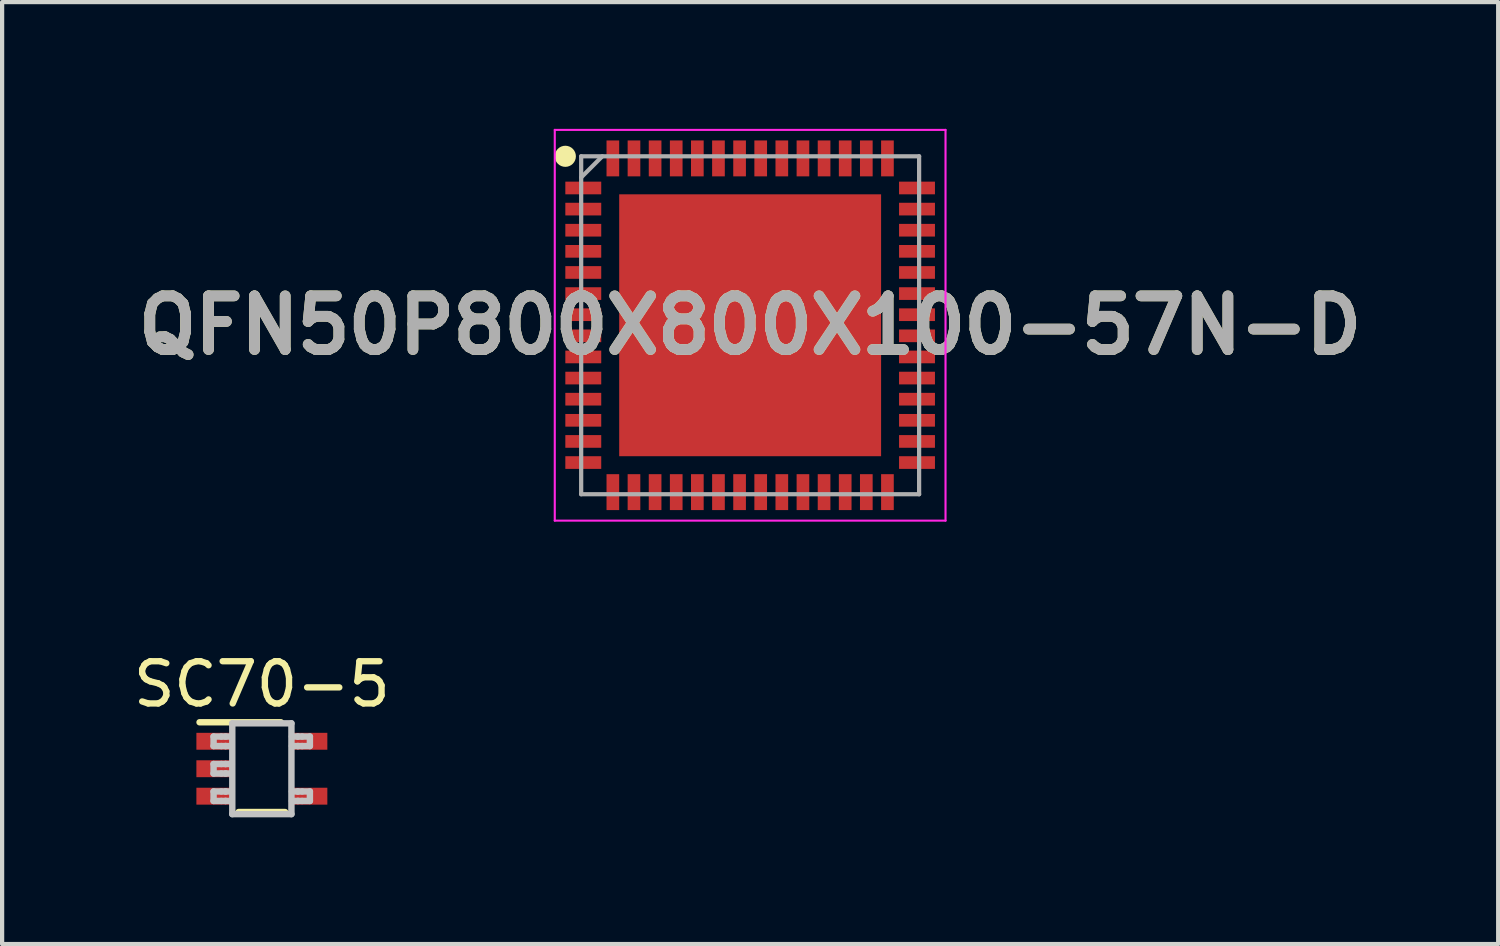
<source format=kicad_pcb>
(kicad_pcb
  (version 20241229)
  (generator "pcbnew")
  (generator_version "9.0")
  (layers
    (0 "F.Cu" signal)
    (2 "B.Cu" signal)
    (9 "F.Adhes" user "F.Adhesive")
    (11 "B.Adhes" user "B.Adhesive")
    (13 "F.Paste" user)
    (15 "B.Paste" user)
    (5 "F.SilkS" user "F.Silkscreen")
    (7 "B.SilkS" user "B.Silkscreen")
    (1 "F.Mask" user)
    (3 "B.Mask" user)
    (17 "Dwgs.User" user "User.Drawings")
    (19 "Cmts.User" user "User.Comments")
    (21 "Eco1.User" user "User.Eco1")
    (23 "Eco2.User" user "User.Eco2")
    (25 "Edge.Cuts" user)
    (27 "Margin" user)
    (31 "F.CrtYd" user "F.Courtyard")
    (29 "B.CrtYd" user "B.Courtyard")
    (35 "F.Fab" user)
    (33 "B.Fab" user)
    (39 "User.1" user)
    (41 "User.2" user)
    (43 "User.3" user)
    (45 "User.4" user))
  (footprint "SC70-5"
    (layer "F.Cu")
    (at 3.149 15.148)
    (property "Reference" "SC70-5" (at 0 -2 0) (layer "F.SilkS") (effects (font (size 1 1) (thickness 0.15))))
    (attr through_hole)
    (fp_line (start -1.475 -1.1) (end 0.45 -1.1) (stroke (width 0.152) (type solid)) (layer "F.SilkS"))
    (fp_line (start -0.55 1.025) (end 0.55 1.025) (stroke (width 0.152) (type solid)) (layer "F.SilkS"))
    (fp_line (start -1.143 -0.762) (end -0.959 -0.762) (stroke (width 0.152) (type solid)) (layer "Dwgs.User"))
    (fp_line (start -1.143 -0.537) (end -1.143 -0.762) (stroke (width 0.152) (type solid)) (layer "Dwgs.User"))
    (fp_line (start -1.143 -0.537) (end -0.959 -0.537) (stroke (width 0.152) (type solid)) (layer "Dwgs.User"))
    (fp_line (start -1.143 -0.112) (end -0.959 -0.112) (stroke (width 0.152) (type solid)) (layer "Dwgs.User"))
    (fp_line (start -1.143 0.113) (end -1.143 -0.112) (stroke (width 0.152) (type solid)) (layer "Dwgs.User"))
    (fp_line (start -1.143 0.113) (end -0.959 0.113) (stroke (width 0.152) (type solid)) (layer "Dwgs.User"))
    (fp_line (start -1.143 0.538) (end -0.959 0.538) (stroke (width 0.152) (type solid)) (layer "Dwgs.User"))
    (fp_line (start -1.143 0.763) (end -1.143 0.538) (stroke (width 0.152) (type solid)) (layer "Dwgs.User"))
    (fp_line (start -1.143 0.763) (end -0.959 0.763) (stroke (width 0.152) (type solid)) (layer "Dwgs.User"))
    (fp_line (start -0.959 -0.762) (end -0.711 -0.762) (stroke (width 0.152) (type solid)) (layer "Dwgs.User"))
    (fp_line (start -0.959 -0.537) (end -0.865 -0.537) (stroke (width 0.152) (type solid)) (layer "Dwgs.User"))
    (fp_line (start -0.959 -0.112) (end -0.865 -0.112) (stroke (width 0.152) (type solid)) (layer "Dwgs.User"))
    (fp_line (start -0.959 0.113) (end -0.865 0.113) (stroke (width 0.152) (type solid)) (layer "Dwgs.User"))
    (fp_line (start -0.959 0.538) (end -0.865 0.538) (stroke (width 0.152) (type solid)) (layer "Dwgs.User"))
    (fp_line (start -0.959 0.763) (end -0.865 0.763) (stroke (width 0.152) (type solid)) (layer "Dwgs.User"))
    (fp_line (start -0.865 -0.762) (end -0.853 -0.762) (stroke (width 0.152) (type solid)) (layer "Dwgs.User"))
    (fp_line (start -0.865 -0.537) (end -0.853 -0.537) (stroke (width 0.152) (type solid)) (layer "Dwgs.User"))
    (fp_line (start -0.865 -0.112) (end -0.853 -0.112) (stroke (width 0.152) (type solid)) (layer "Dwgs.User"))
    (fp_line (start -0.865 0.113) (end -0.853 0.113) (stroke (width 0.152) (type solid)) (layer "Dwgs.User"))
    (fp_line (start -0.865 0.538) (end -0.853 0.538) (stroke (width 0.152) (type solid)) (layer "Dwgs.User"))
    (fp_line (start -0.865 0.763) (end -0.853 0.763) (stroke (width 0.152) (type solid)) (layer "Dwgs.User"))
    (fp_line (start -0.853 -0.537) (end -0.711 -0.537) (stroke (width 0.152) (type solid)) (layer "Dwgs.User"))
    (fp_line (start -0.853 -0.112) (end -0.711 -0.112) (stroke (width 0.152) (type solid)) (layer "Dwgs.User"))
    (fp_line (start -0.853 0.113) (end -0.711 0.113) (stroke (width 0.152) (type solid)) (layer "Dwgs.User"))
    (fp_line (start -0.853 0.538) (end -0.711 0.538) (stroke (width 0.152) (type solid)) (layer "Dwgs.User"))
    (fp_line (start -0.853 0.763) (end -0.711 0.763) (stroke (width 0.152) (type solid)) (layer "Dwgs.User"))
    (fp_line (start -0.7 -1.075) (end 0.7 -1.075) (stroke (width 0.152) (type solid)) (layer "Dwgs.User"))
    (fp_line (start -0.7 1.075) (end -0.7 -1.075) (stroke (width 0.152) (type solid)) (layer "Dwgs.User"))
    (fp_line (start -0.7 1.075) (end 0.7 1.075) (stroke (width 0.152) (type solid)) (layer "Dwgs.User"))
    (fp_line (start 0.7 1.075) (end 0.7 -1.075) (stroke (width 0.152) (type solid)) (layer "Dwgs.User"))
    (fp_line (start 0.711 -0.762) (end 0.847 -0.762) (stroke (width 0.152) (type solid)) (layer "Dwgs.User"))
    (fp_line (start 0.711 -0.537) (end 0.847 -0.537) (stroke (width 0.152) (type solid)) (layer "Dwgs.User"))
    (fp_line (start 0.711 0.538) (end 0.847 0.538) (stroke (width 0.152) (type solid)) (layer "Dwgs.User"))
    (fp_line (start 0.711 0.763) (end 0.847 0.763) (stroke (width 0.152) (type solid)) (layer "Dwgs.User"))
    (fp_line (start 0.847 -0.762) (end 0.859 -0.762) (stroke (width 0.152) (type solid)) (layer "Dwgs.User"))
    (fp_line (start 0.847 -0.537) (end 0.859 -0.537) (stroke (width 0.152) (type solid)) (layer "Dwgs.User"))
    (fp_line (start 0.847 0.538) (end 0.859 0.538) (stroke (width 0.152) (type solid)) (layer "Dwgs.User"))
    (fp_line (start 0.847 0.763) (end 0.859 0.763) (stroke (width 0.152) (type solid)) (layer "Dwgs.User"))
    (fp_line (start 0.859 -0.762) (end 0.953 -0.762) (stroke (width 0.152) (type solid)) (layer "Dwgs.User"))
    (fp_line (start 0.859 -0.537) (end 0.953 -0.537) (stroke (width 0.152) (type solid)) (layer "Dwgs.User"))
    (fp_line (start 0.859 0.538) (end 0.953 0.538) (stroke (width 0.152) (type solid)) (layer "Dwgs.User"))
    (fp_line (start 0.859 0.763) (end 0.953 0.763) (stroke (width 0.152) (type solid)) (layer "Dwgs.User"))
    (fp_line (start 0.953 -0.762) (end 1.137 -0.762) (stroke (width 0.152) (type solid)) (layer "Dwgs.User"))
    (fp_line (start 0.953 -0.537) (end 1.137 -0.537) (stroke (width 0.152) (type solid)) (layer "Dwgs.User"))
    (fp_line (start 0.953 0.538) (end 1.137 0.538) (stroke (width 0.152) (type solid)) (layer "Dwgs.User"))
    (fp_line (start 0.953 0.763) (end 1.137 0.763) (stroke (width 0.152) (type solid)) (layer "Dwgs.User"))
    (fp_line (start 1.137 -0.537) (end 1.137 -0.762) (stroke (width 0.152) (type solid)) (layer "Dwgs.User"))
    (fp_line (start 1.137 0.763) (end 1.137 0.538) (stroke (width 0.152) (type solid)) (layer "Dwgs.User"))
    (pad "" smd rect (at -1.125 -0.65 90) (size 0.4 0.85) (layers "F.Paste"))
    (pad "" smd rect (at -1.125 -0.65 90) (size 0.502 0.952) (layers "F.Mask"))
    (pad "" smd rect (at -1.125 0 90) (size 0.4 0.85) (layers "F.Paste"))
    (pad "" smd rect (at -1.125 0 90) (size 0.502 0.952) (layers "F.Mask"))
    (pad "" smd rect (at -1.125 0.65 90) (size 0.4 0.85) (layers "F.Paste"))
    (pad "" smd rect (at -1.125 0.65 90) (size 0.502 0.952) (layers "F.Mask"))
    (pad "" smd rect (at 1.125 -0.65 90) (size 0.4 0.85) (layers "F.Paste"))
    (pad "" smd rect (at 1.125 -0.65 90) (size 0.502 0.952) (layers "F.Mask"))
    (pad "" smd rect (at 1.125 0.65 90) (size 0.4 0.85) (layers "F.Paste"))
    (pad "" smd rect (at 1.125 0.65 90) (size 0.502 0.952) (layers "F.Mask"))
    (pad "1" smd rect (at -1.125 -0.65 90) (size 0.4 0.85) (layers "F.Cu" "F.Mask" "F.Paste"))
    (pad "2" smd rect (at -1.125 0 90) (size 0.4 0.85) (layers "F.Cu" "F.Mask" "F.Paste"))
    (pad "3" smd rect (at -1.125 0.65 90) (size 0.4 0.85) (layers "F.Cu" "F.Mask" "F.Paste"))
    (pad "4" smd rect (at 1.125 0.65 90) (size 0.4 0.85) (layers "F.Cu" "F.Mask" "F.Paste"))
    (pad "5" smd rect (at 1.125 -0.65 90) (size 0.4 0.85) (layers "F.Cu" "F.Mask" "F.Paste")))
  (footprint "QFN50P800X800X100-57N-D"
    (layer "F.Cu")
    (at 14.708 4.65)
    (property "Reference" "QFN50P800X800X100-57N-D" (at 0 0 0) (layer "F.SilkS") (effects (font (size 1.27 1.27) (thickness 0.254))))
    (attr smd)
    (fp_circle (center -4.375 -4) (end -4.375 -3.875) (stroke (width 0.25) (type solid)) (fill no) (layer "F.SilkS"))
    (fp_line (start -4.625 -4.625) (end 4.625 -4.625) (stroke (width 0.05) (type solid)) (layer "F.CrtYd"))
    (fp_line (start -4.625 4.625) (end -4.625 -4.625) (stroke (width 0.05) (type solid)) (layer "F.CrtYd"))
    (fp_line (start 4.625 -4.625) (end 4.625 4.625) (stroke (width 0.05) (type solid)) (layer "F.CrtYd"))
    (fp_line (start 4.625 4.625) (end -4.625 4.625) (stroke (width 0.05) (type solid)) (layer "F.CrtYd"))
    (fp_line (start -4 -4) (end 4 -4) (stroke (width 0.1) (type solid)) (layer "F.Fab"))
    (fp_line (start -4 -3.5) (end -3.5 -4) (stroke (width 0.1) (type solid)) (layer "F.Fab"))
    (fp_line (start -4 4) (end -4 -4) (stroke (width 0.1) (type solid)) (layer "F.Fab"))
    (fp_line (start 4 -4) (end 4 4) (stroke (width 0.1) (type solid)) (layer "F.Fab"))
    (fp_line (start 4 4) (end -4 4) (stroke (width 0.1) (type solid)) (layer "F.Fab"))
    (fp_text user "${REFERENCE}" (at 0 0 0) (layer "F.Fab") (effects (font (size 1.27 1.27) (thickness 0.254))))
    (pad "1" smd rect (at -3.95 -3.25 90) (size 0.3 0.85) (layers "F.Cu" "F.Mask" "F.Paste"))
    (pad "2" smd rect (at -3.95 -2.75 90) (size 0.3 0.85) (layers "F.Cu" "F.Mask" "F.Paste"))
    (pad "3" smd rect (at -3.95 -2.25 90) (size 0.3 0.85) (layers "F.Cu" "F.Mask" "F.Paste"))
    (pad "4" smd rect (at -3.95 -1.75 90) (size 0.3 0.85) (layers "F.Cu" "F.Mask" "F.Paste"))
    (pad "5" smd rect (at -3.95 -1.25 90) (size 0.3 0.85) (layers "F.Cu" "F.Mask" "F.Paste"))
    (pad "6" smd rect (at -3.95 -0.75 90) (size 0.3 0.85) (layers "F.Cu" "F.Mask" "F.Paste"))
    (pad "7" smd rect (at -3.95 -0.25 90) (size 0.3 0.85) (layers "F.Cu" "F.Mask" "F.Paste"))
    (pad "8" smd rect (at -3.95 0.25 90) (size 0.3 0.85) (layers "F.Cu" "F.Mask" "F.Paste"))
    (pad "9" smd rect (at -3.95 0.75 90) (size 0.3 0.85) (layers "F.Cu" "F.Mask" "F.Paste"))
    (pad "10" smd rect (at -3.95 1.25 90) (size 0.3 0.85) (layers "F.Cu" "F.Mask" "F.Paste"))
    (pad "11" smd rect (at -3.95 1.75 90) (size 0.3 0.85) (layers "F.Cu" "F.Mask" "F.Paste"))
    (pad "12" smd rect (at -3.95 2.25 90) (size 0.3 0.85) (layers "F.Cu" "F.Mask" "F.Paste"))
    (pad "13" smd rect (at -3.95 2.75 90) (size 0.3 0.85) (layers "F.Cu" "F.Mask" "F.Paste"))
    (pad "14" smd rect (at -3.95 3.25 90) (size 0.3 0.85) (layers "F.Cu" "F.Mask" "F.Paste"))
    (pad "15" smd rect (at -3.25 3.95) (size 0.3 0.85) (layers "F.Cu" "F.Mask" "F.Paste"))
    (pad "16" smd rect (at -2.75 3.95) (size 0.3 0.85) (layers "F.Cu" "F.Mask" "F.Paste"))
    (pad "17" smd rect (at -2.25 3.95) (size 0.3 0.85) (layers "F.Cu" "F.Mask" "F.Paste"))
    (pad "18" smd rect (at -1.75 3.95) (size 0.3 0.85) (layers "F.Cu" "F.Mask" "F.Paste"))
    (pad "19" smd rect (at -1.25 3.95) (size 0.3 0.85) (layers "F.Cu" "F.Mask" "F.Paste"))
    (pad "20" smd rect (at -0.75 3.95) (size 0.3 0.85) (layers "F.Cu" "F.Mask" "F.Paste"))
    (pad "21" smd rect (at -0.25 3.95) (size 0.3 0.85) (layers "F.Cu" "F.Mask" "F.Paste"))
    (pad "22" smd rect (at 0.25 3.95) (size 0.3 0.85) (layers "F.Cu" "F.Mask" "F.Paste"))
    (pad "23" smd rect (at 0.75 3.95) (size 0.3 0.85) (layers "F.Cu" "F.Mask" "F.Paste"))
    (pad "24" smd rect (at 1.25 3.95) (size 0.3 0.85) (layers "F.Cu" "F.Mask" "F.Paste"))
    (pad "25" smd rect (at 1.75 3.95) (size 0.3 0.85) (layers "F.Cu" "F.Mask" "F.Paste"))
    (pad "26" smd rect (at 2.25 3.95) (size 0.3 0.85) (layers "F.Cu" "F.Mask" "F.Paste"))
    (pad "27" smd rect (at 2.75 3.95) (size 0.3 0.85) (layers "F.Cu" "F.Mask" "F.Paste"))
    (pad "28" smd rect (at 3.25 3.95) (size 0.3 0.85) (layers "F.Cu" "F.Mask" "F.Paste"))
    (pad "29" smd rect (at 3.95 3.25 90) (size 0.3 0.85) (layers "F.Cu" "F.Mask" "F.Paste"))
    (pad "30" smd rect (at 3.95 2.75 90) (size 0.3 0.85) (layers "F.Cu" "F.Mask" "F.Paste"))
    (pad "31" smd rect (at 3.95 2.25 90) (size 0.3 0.85) (layers "F.Cu" "F.Mask" "F.Paste"))
    (pad "32" smd rect (at 3.95 1.75 90) (size 0.3 0.85) (layers "F.Cu" "F.Mask" "F.Paste"))
    (pad "33" smd rect (at 3.95 1.25 90) (size 0.3 0.85) (layers "F.Cu" "F.Mask" "F.Paste"))
    (pad "34" smd rect (at 3.95 0.75 90) (size 0.3 0.85) (layers "F.Cu" "F.Mask" "F.Paste"))
    (pad "35" smd rect (at 3.95 0.25 90) (size 0.3 0.85) (layers "F.Cu" "F.Mask" "F.Paste"))
    (pad "36" smd rect (at 3.95 -0.25 90) (size 0.3 0.85) (layers "F.Cu" "F.Mask" "F.Paste"))
    (pad "37" smd rect (at 3.95 -0.75 90) (size 0.3 0.85) (layers "F.Cu" "F.Mask" "F.Paste"))
    (pad "38" smd rect (at 3.95 -1.25 90) (size 0.3 0.85) (layers "F.Cu" "F.Mask" "F.Paste"))
    (pad "39" smd rect (at 3.95 -1.75 90) (size 0.3 0.85) (layers "F.Cu" "F.Mask" "F.Paste"))
    (pad "40" smd rect (at 3.95 -2.25 90) (size 0.3 0.85) (layers "F.Cu" "F.Mask" "F.Paste"))
    (pad "41" smd rect (at 3.95 -2.75 90) (size 0.3 0.85) (layers "F.Cu" "F.Mask" "F.Paste"))
    (pad "42" smd rect (at 3.95 -3.25 90) (size 0.3 0.85) (layers "F.Cu" "F.Mask" "F.Paste"))
    (pad "43" smd rect (at 3.25 -3.95) (size 0.3 0.85) (layers "F.Cu" "F.Mask" "F.Paste"))
    (pad "44" smd rect (at 2.75 -3.95) (size 0.3 0.85) (layers "F.Cu" "F.Mask" "F.Paste"))
    (pad "45" smd rect (at 2.25 -3.95) (size 0.3 0.85) (layers "F.Cu" "F.Mask" "F.Paste"))
    (pad "46" smd rect (at 1.75 -3.95) (size 0.3 0.85) (layers "F.Cu" "F.Mask" "F.Paste"))
    (pad "47" smd rect (at 1.25 -3.95) (size 0.3 0.85) (layers "F.Cu" "F.Mask" "F.Paste"))
    (pad "48" smd rect (at 0.75 -3.95) (size 0.3 0.85) (layers "F.Cu" "F.Mask" "F.Paste"))
    (pad "49" smd rect (at 0.25 -3.95) (size 0.3 0.85) (layers "F.Cu" "F.Mask" "F.Paste"))
    (pad "50" smd rect (at -0.25 -3.95) (size 0.3 0.85) (layers "F.Cu" "F.Mask" "F.Paste"))
    (pad "51" smd rect (at -0.75 -3.95) (size 0.3 0.85) (layers "F.Cu" "F.Mask" "F.Paste"))
    (pad "52" smd rect (at -1.25 -3.95) (size 0.3 0.85) (layers "F.Cu" "F.Mask" "F.Paste"))
    (pad "53" smd rect (at -1.75 -3.95) (size 0.3 0.85) (layers "F.Cu" "F.Mask" "F.Paste"))
    (pad "54" smd rect (at -2.25 -3.95) (size 0.3 0.85) (layers "F.Cu" "F.Mask" "F.Paste"))
    (pad "55" smd rect (at -2.75 -3.95) (size 0.3 0.85) (layers "F.Cu" "F.Mask" "F.Paste"))
    (pad "56" smd rect (at -3.25 -3.95) (size 0.3 0.85) (layers "F.Cu" "F.Mask" "F.Paste"))
    (pad "57" smd rect (at 0 0) (size 6.2 6.2) (layers "F.Cu" "F.Mask" "F.Paste")))
  (gr_rect
    (start -3 -3)
    (end 32.416 19.299)
    (stroke (width 0.1) (type default))
    (fill no)
    (layer "Edge.Cuts")))
</source>
